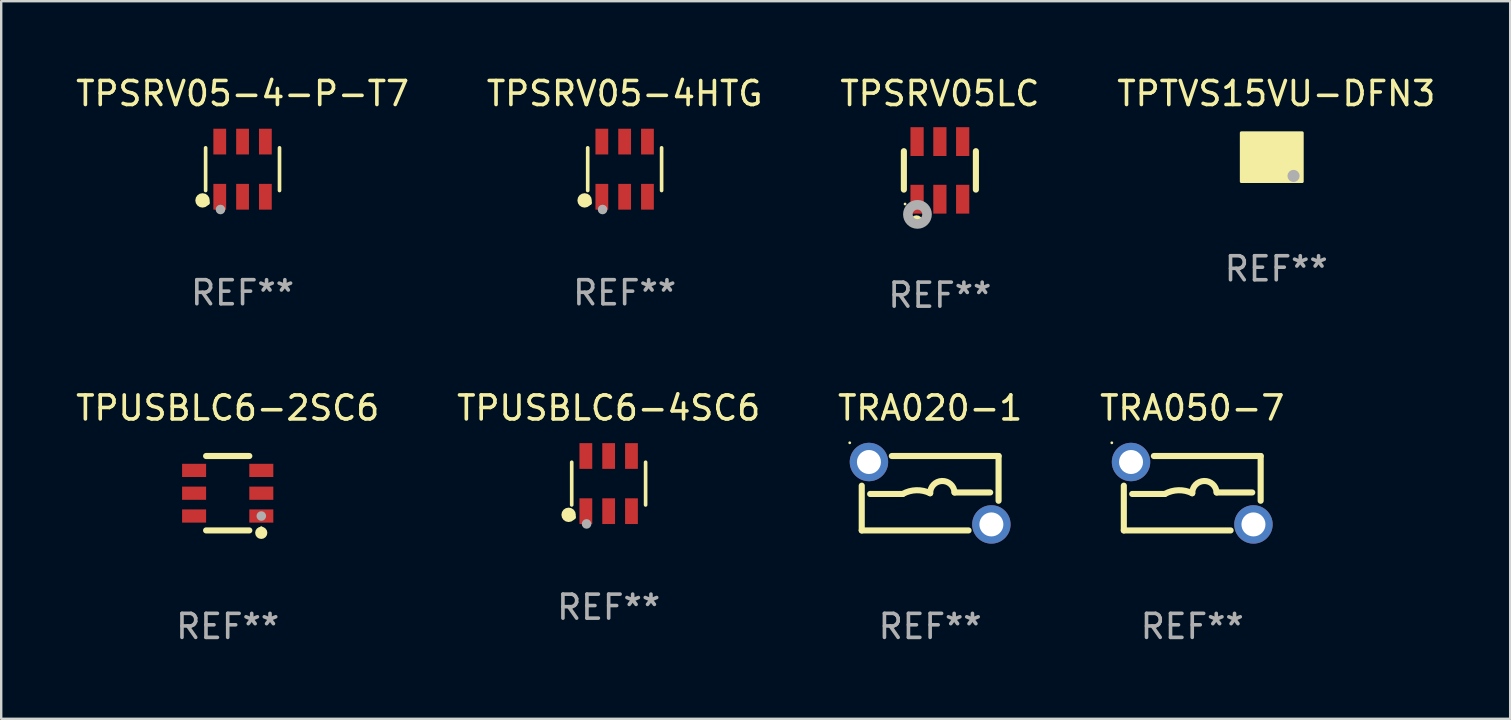
<source format=kicad_pcb>
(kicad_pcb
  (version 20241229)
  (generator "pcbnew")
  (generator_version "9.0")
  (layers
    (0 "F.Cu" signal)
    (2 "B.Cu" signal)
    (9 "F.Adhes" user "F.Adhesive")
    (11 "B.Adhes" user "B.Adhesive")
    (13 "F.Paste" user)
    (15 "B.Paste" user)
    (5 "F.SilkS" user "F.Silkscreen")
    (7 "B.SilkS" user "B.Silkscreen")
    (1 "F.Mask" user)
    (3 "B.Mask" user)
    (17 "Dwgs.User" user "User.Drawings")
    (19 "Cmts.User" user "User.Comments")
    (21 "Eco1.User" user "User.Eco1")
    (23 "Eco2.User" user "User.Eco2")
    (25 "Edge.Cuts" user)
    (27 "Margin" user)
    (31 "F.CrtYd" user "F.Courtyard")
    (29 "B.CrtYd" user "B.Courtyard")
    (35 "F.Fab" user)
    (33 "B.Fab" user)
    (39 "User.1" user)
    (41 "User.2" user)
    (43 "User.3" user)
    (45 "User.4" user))
  (footprint "TPSRV05LC"
    (layer "F.Cu")
    (at 36.101 4.048)
    (property "Reference" "TPSRV05LC" (at 0 -3.2 0) (layer "F.SilkS") (effects (font (size 1 1) (thickness 0.15))))
    (attr through_hole)
    (fp_line (start -1.5 0.8) (end -1.5 -0.8) (stroke (width 0.254) (type solid)) (layer "F.SilkS"))
    (fp_line (start 1.5 -0.8) (end 1.5 0.8) (stroke (width 0.254) (type solid)) (layer "F.SilkS"))
    (fp_circle (center -1.45 1.4) (end -1.42 1.4) (stroke (width 0.06) (type solid)) (fill no) (layer "F.SilkS"))
    (fp_circle (center -0.975 2.125) (end -0.848 2.125) (stroke (width 0.254) (type solid)) (fill no) (layer "F.SilkS"))
    (fp_circle (center -0.934 1.832) (end -0.735 1.832) (stroke (width 0.4) (type solid)) (fill no) (layer "F.Fab"))
    (fp_text user "REF**" (at 0 5.2 0) (layer "F.Fab") (effects (font (size 1 1) (thickness 0.15))))
    (pad "1" smd rect (at -0.95 1.2) (size 0.55 1.2) (layers "F.Cu" "F.Mask" "F.Paste"))
    (pad "2" smd rect (at 0 1.2) (size 0.55 1.2) (layers "F.Cu" "F.Mask" "F.Paste"))
    (pad "3" smd rect (at 0.95 1.2) (size 0.55 1.2) (layers "F.Cu" "F.Mask" "F.Paste"))
    (pad "4" smd rect (at 0.95 -1.2) (size 0.55 1.2) (layers "F.Cu" "F.Mask" "F.Paste"))
    (pad "5" smd rect (at 0 -1.2) (size 0.55 1.2) (layers "F.Cu" "F.Mask" "F.Paste"))
    (pad "6" smd rect (at -0.95 -1.2) (size 0.55 1.2) (layers "F.Cu" "F.Mask" "F.Paste")))
  (footprint "TPUSBLC6-2SC6"
    (layer "F.Cu")
    (at 6.435 17.495)
    (property "Reference" "TPUSBLC6-2SC6" (at 0 -3.55 0) (layer "F.SilkS") (effects (font (size 1 1) (thickness 0.15))))
    (attr through_hole)
    (fp_line (start -0.9 -1.55) (end 0.9 -1.55) (stroke (width 0.254) (type solid)) (layer "F.SilkS"))
    (fp_line (start -0.9 1.55) (end 0.9 1.55) (stroke (width 0.254) (type solid)) (layer "F.SilkS"))
    (fp_circle (center 1.397 1.651) (end 1.524 1.651) (stroke (width 0.254) (type solid)) (fill no) (layer "F.SilkS"))
    (fp_circle (center 1.4 1.435) (end 1.43 1.435) (stroke (width 0.06) (type solid)) (fill no) (layer "F.SilkS"))
    (fp_circle (center 1.4 0.95) (end 1.5 0.95) (stroke (width 0.2) (type solid)) (fill no) (layer "F.Fab"))
    (fp_text user "REF**" (at 0 5.55 0) (layer "F.Fab") (effects (font (size 1 1) (thickness 0.15))))
    (pad "1" smd rect (at 1.4 0.95) (size 1 0.55) (layers "F.Cu" "F.Mask" "F.Paste"))
    (pad "2" smd rect (at 1.4 -0.000102) (size 1 0.55) (layers "F.Cu" "F.Mask" "F.Paste"))
    (pad "3" smd rect (at 1.4 -0.95) (size 1 0.55) (layers "F.Cu" "F.Mask" "F.Paste"))
    (pad "4" smd rect (at -1.4 -0.95) (size 1 0.55) (layers "F.Cu" "F.Mask" "F.Paste"))
    (pad "5" smd rect (at -1.4 -0.000102) (size 1 0.55) (layers "F.Cu" "F.Mask" "F.Paste"))
    (pad "6" smd rect (at -1.4 0.95) (size 1 0.55) (layers "F.Cu" "F.Mask" "F.Paste")))
  (footprint "TRA050-7"
    (layer "F.Cu")
    (at 46.613 17.495)
    (property "Reference" "TRA050-7" (at 0 -3.55 0) (layer "F.SilkS") (effects (font (size 1 1) (thickness 0.15))))
    (attr through_hole)
    (fp_line (start -2.85 1.55) (end -2.85 -0.314) (stroke (width 0.254) (type solid)) (layer "F.SilkS"))
    (fp_line (start -2.85 1.55) (end 1.599 1.55) (stroke (width 0.254) (type solid)) (layer "F.SilkS"))
    (fp_line (start -2.5 0.031) (end -1.143 0.031) (stroke (width 0.254) (type solid)) (layer "F.SilkS"))
    (fp_line (start 2.5 -0.031) (end 1.016 -0.031) (stroke (width 0.254) (type solid)) (layer "F.SilkS"))
    (fp_line (start 2.85 -1.55) (end -1.598 -1.55) (stroke (width 0.254) (type solid)) (layer "F.SilkS"))
    (fp_line (start 2.85 -1.55) (end 2.85 0.314) (stroke (width 0.254) (type solid)) (layer "F.SilkS"))
    (fp_arc (start -1.143002 0.03114) (mid -0.575311 -0.124289) (end 0 0) (stroke (width 0.254001) (type solid)) (layer "F.SilkS"))
    (fp_arc (start -0.000254 0.000254) (mid 0.492648 -0.508334) (end 1.016002 -0.03114) (stroke (width 0.254001) (type solid)) (layer "F.SilkS"))
    (fp_circle (center -3.35 -2.1) (end -3.32 -2.1) (stroke (width 0.06) (type solid)) (fill no) (layer "F.SilkS"))
    (fp_text user "REF**" (at 0 5.55 0) (layer "F.Fab") (effects (font (size 1 1) (thickness 0.15))))
    (pad "1" thru_hole circle (at -2.55 -1.3) (size 1.6 1.6) (drill 1) (layers "*.Cu" "*.Mask"))
    (pad "2" thru_hole circle (at 2.55 1.3) (size 1.6 1.6) (drill 1) (layers "*.Cu" "*.Mask")))
  (footprint "TPTVS15VU-DFN3"
    (layer "F.Cu")
    (at 50.113 3.498)
    (property "Reference" "TPTVS15VU-DFN3" (at 0 -2.65 0) (layer "F.SilkS") (effects (font (size 1 1) (thickness 0.15))))
    (attr through_hole)
    (fp_circle (center 0.775 1) (end 0.805 1) (stroke (width 0.06) (type solid)) (fill no) (layer "F.SilkS"))
    (fp_poly (pts (xy -1.457 -1.016) (xy 1.083 -1.016) (xy 1.083 1.016) (xy -1.457 1.016)) (stroke (width 0.12) (type solid)) (fill yes) (layer "F.SilkS"))
    (fp_circle (center 0.72 0.78) (end 0.847 0.78) (stroke (width 0.254) (type solid)) (fill no) (layer "F.Fab"))
    (fp_text user "REF**" (at 0 4.65 0) (layer "F.Fab") (effects (font (size 1 1) (thickness 0.15))))
    (pad "1" smd rect (at 0.575 0.65 270) (size 0.4 0.5) (layers "F.Cu" "F.Mask" "F.Paste"))
    (pad "2" smd rect (at 0.575 -0.65 270) (size 0.4 0.5) (layers "F.Cu" "F.Mask" "F.Paste"))
    (pad "3" smd rect (at -0.575 0 270) (size 1.6 1.4) (layers "F.Cu" "F.Mask" "F.Paste")))
  (footprint "TRA020-1"
    (layer "F.Cu")
    (at 35.696 17.495)
    (property "Reference" "TRA020-1" (at 0 -3.55 0) (layer "F.SilkS") (effects (font (size 1 1) (thickness 0.15))))
    (attr through_hole)
    (fp_line (start -2.85 1.55) (end -2.85 -0.314) (stroke (width 0.254) (type solid)) (layer "F.SilkS"))
    (fp_line (start -2.85 1.55) (end 1.599 1.55) (stroke (width 0.254) (type solid)) (layer "F.SilkS"))
    (fp_line (start -2.5 0.031) (end -1.143 0.031) (stroke (width 0.254) (type solid)) (layer "F.SilkS"))
    (fp_line (start 2.5 -0.031) (end 1.016 -0.031) (stroke (width 0.254) (type solid)) (layer "F.SilkS"))
    (fp_line (start 2.85 -1.55) (end -1.598 -1.55) (stroke (width 0.254) (type solid)) (layer "F.SilkS"))
    (fp_line (start 2.85 -1.55) (end 2.85 0.314) (stroke (width 0.254) (type solid)) (layer "F.SilkS"))
    (fp_arc (start -1.143002 0.03114) (mid -0.575311 -0.124289) (end 0 0) (stroke (width 0.254001) (type solid)) (layer "F.SilkS"))
    (fp_arc (start -0.000254 0.000254) (mid 0.492648 -0.508334) (end 1.016002 -0.03114) (stroke (width 0.254001) (type solid)) (layer "F.SilkS"))
    (fp_circle (center -3.35 -2.1) (end -3.32 -2.1) (stroke (width 0.06) (type solid)) (fill no) (layer "F.SilkS"))
    (fp_text user "REF**" (at 0 5.55 0) (layer "F.Fab") (effects (font (size 1 1) (thickness 0.15))))
    (pad "1" thru_hole circle (at -2.55 -1.3) (size 1.6 1.6) (drill 1) (layers "*.Cu" "*.Mask"))
    (pad "2" thru_hole circle (at 2.55 1.3) (size 1.6 1.6) (drill 1) (layers "*.Cu" "*.Mask")))
  (footprint "TPSRV05-4HTG"
    (layer "F.Cu")
    (at 22.97 3.997)
    (property "Reference" "TPSRV05-4HTG" (at 0 -3.149 0) (layer "F.SilkS") (effects (font (size 1 1) (thickness 0.15))))
    (attr through_hole)
    (fp_line (start -1.539 0.889) (end -1.539 -0.889) (stroke (width 0.152) (type solid)) (layer "F.SilkS"))
    (fp_line (start 1.539 0.889) (end 1.539 -0.889) (stroke (width 0.152) (type solid)) (layer "F.SilkS"))
    (fp_circle (center -1.668 1.301) (end -1.518 1.301) (stroke (width 0.3) (type solid)) (fill no) (layer "F.SilkS"))
    (fp_circle (center -1.463 1.4) (end -1.413 1.4) (stroke (width 0.1) (type solid)) (fill no) (layer "F.SilkS"))
    (fp_circle (center -0.92 1.68) (end -0.82 1.68) (stroke (width 0.2) (type solid)) (fill no) (layer "F.Fab"))
    (fp_text user "REF**" (at 0 5.149 0) (layer "F.Fab") (effects (font (size 1 1) (thickness 0.15))))
    (pad "1" smd rect (at -0.95 1.149) (size 0.532 1.072) (layers "F.Cu" "F.Mask" "F.Paste"))
    (pad "2" smd rect (at 0 1.149) (size 0.532 1.072) (layers "F.Cu" "F.Mask" "F.Paste"))
    (pad "3" smd rect (at 0.95 1.149) (size 0.532 1.072) (layers "F.Cu" "F.Mask" "F.Paste"))
    (pad "4" smd rect (at 0.95 -1.149) (size 0.532 1.072) (layers "F.Cu" "F.Mask" "F.Paste"))
    (pad "5" smd rect (at 0 -1.149) (size 0.532 1.072) (layers "F.Cu" "F.Mask" "F.Paste"))
    (pad "6" smd rect (at -0.95 -1.149) (size 0.532 1.072) (layers "F.Cu" "F.Mask" "F.Paste")))
  (footprint "TPSRV05-4-P-T7"
    (layer "F.Cu")
    (at 7.054 3.997)
    (property "Reference" "TPSRV05-4-P-T7" (at 0 -3.149 0) (layer "F.SilkS") (effects (font (size 1 1) (thickness 0.15))))
    (attr through_hole)
    (fp_line (start -1.539 0.889) (end -1.539 -0.889) (stroke (width 0.152) (type solid)) (layer "F.SilkS"))
    (fp_line (start 1.539 0.889) (end 1.539 -0.889) (stroke (width 0.152) (type solid)) (layer "F.SilkS"))
    (fp_circle (center -1.668 1.301) (end -1.518 1.301) (stroke (width 0.3) (type solid)) (fill no) (layer "F.SilkS"))
    (fp_circle (center -1.463 1.4) (end -1.413 1.4) (stroke (width 0.1) (type solid)) (fill no) (layer "F.SilkS"))
    (fp_circle (center -0.92 1.68) (end -0.82 1.68) (stroke (width 0.2) (type solid)) (fill no) (layer "F.Fab"))
    (fp_text user "REF**" (at 0 5.149 0) (layer "F.Fab") (effects (font (size 1 1) (thickness 0.15))))
    (pad "1" smd rect (at -0.95 1.149) (size 0.532 1.072) (layers "F.Cu" "F.Mask" "F.Paste"))
    (pad "2" smd rect (at 0 1.149) (size 0.532 1.072) (layers "F.Cu" "F.Mask" "F.Paste"))
    (pad "3" smd rect (at 0.95 1.149) (size 0.532 1.072) (layers "F.Cu" "F.Mask" "F.Paste"))
    (pad "4" smd rect (at 0.95 -1.149) (size 0.532 1.072) (layers "F.Cu" "F.Mask" "F.Paste"))
    (pad "5" smd rect (at 0 -1.149) (size 0.532 1.072) (layers "F.Cu" "F.Mask" "F.Paste"))
    (pad "6" smd rect (at -0.95 -1.149) (size 0.532 1.072) (layers "F.Cu" "F.Mask" "F.Paste")))
  (footprint "TPUSBLC6-4SC6"
    (layer "F.Cu")
    (at 22.304 17.094)
    (property "Reference" "TPUSBLC6-4SC6" (at 0 -3.149 0) (layer "F.SilkS") (effects (font (size 1 1) (thickness 0.15))))
    (attr through_hole)
    (fp_line (start -1.539 0.889) (end -1.539 -0.889) (stroke (width 0.152) (type solid)) (layer "F.SilkS"))
    (fp_line (start 1.539 0.889) (end 1.539 -0.889) (stroke (width 0.152) (type solid)) (layer "F.SilkS"))
    (fp_circle (center -1.668 1.301) (end -1.518 1.301) (stroke (width 0.3) (type solid)) (fill no) (layer "F.SilkS"))
    (fp_circle (center -1.463 1.4) (end -1.413 1.4) (stroke (width 0.1) (type solid)) (fill no) (layer "F.SilkS"))
    (fp_circle (center -0.92 1.68) (end -0.82 1.68) (stroke (width 0.2) (type solid)) (fill no) (layer "F.Fab"))
    (fp_text user "REF**" (at 0 5.149 0) (layer "F.Fab") (effects (font (size 1 1) (thickness 0.15))))
    (pad "1" smd rect (at -0.95 1.149) (size 0.532 1.072) (layers "F.Cu" "F.Mask" "F.Paste"))
    (pad "2" smd rect (at 0 1.149) (size 0.532 1.072) (layers "F.Cu" "F.Mask" "F.Paste"))
    (pad "3" smd rect (at 0.95 1.149) (size 0.532 1.072) (layers "F.Cu" "F.Mask" "F.Paste"))
    (pad "4" smd rect (at 0.95 -1.149) (size 0.532 1.072) (layers "F.Cu" "F.Mask" "F.Paste"))
    (pad "5" smd rect (at 0 -1.149) (size 0.532 1.072) (layers "F.Cu" "F.Mask" "F.Paste"))
    (pad "6" smd rect (at -0.95 -1.149) (size 0.532 1.072) (layers "F.Cu" "F.Mask" "F.Paste")))
  (gr_rect
    (start -3 -3)
    (end 59.857 26.893)
    (stroke (width 0.1) (type default))
    (fill no)
    (layer "Edge.Cuts")))
</source>
